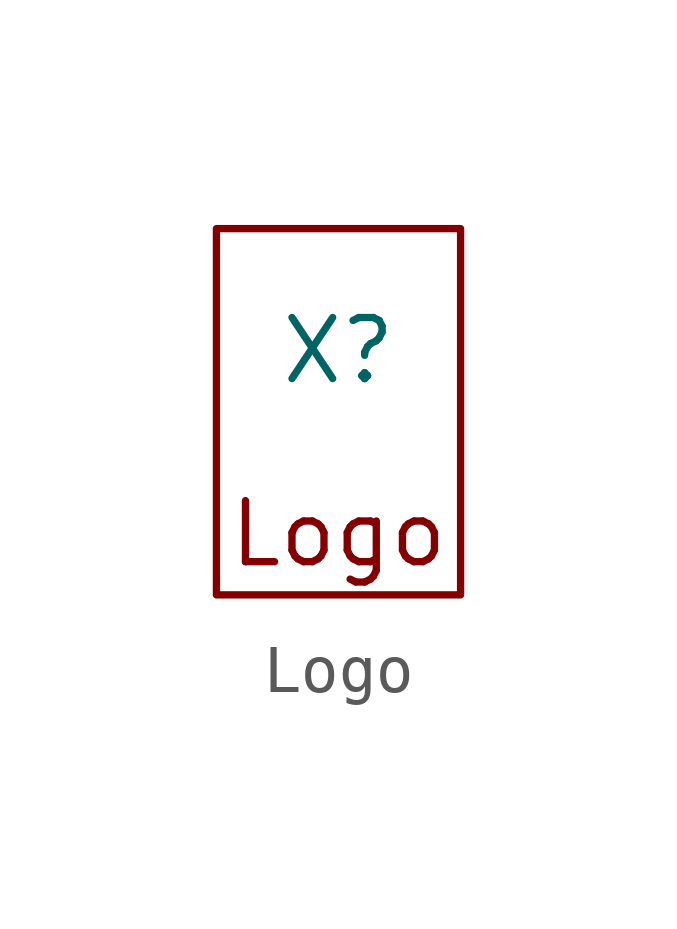
<source format=kicad_sym>
(kicad_symbol_lib
  (version 20220914)
  (generator kicad_symbol_editor)
  (symbol "Logo"
    (property "Reference" "X"
      (at 0 0 0)
      (effects (font (size 1.27 1.27))))
    (property "Value" ""
      (at 0 0 0)
      (effects (font (size 1.27 1.27))))
    (symbol "Logo_0_1"
      (rectangle (start -2.54 2.54) (end 2.54 -5.08) (stroke (width 0) (type default)) (fill (type none)))
      (text "Logo" (at 0 -3.81 0) (effects (font (size 1.27 1.27)))))))
</source>
